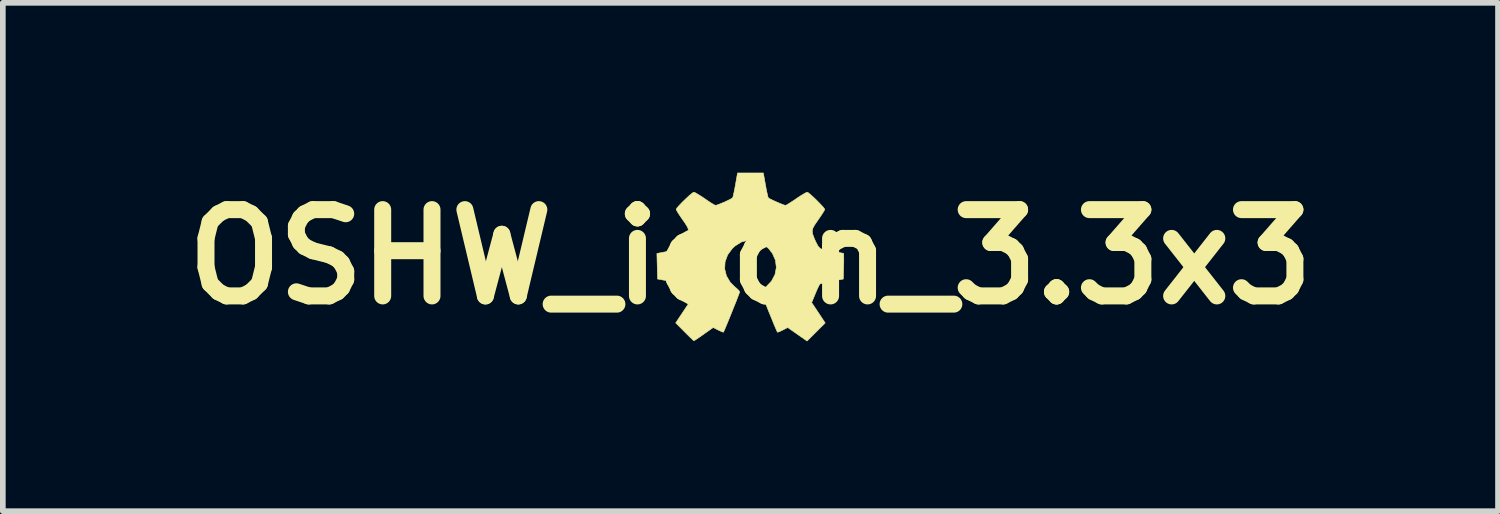
<source format=kicad_pcb>
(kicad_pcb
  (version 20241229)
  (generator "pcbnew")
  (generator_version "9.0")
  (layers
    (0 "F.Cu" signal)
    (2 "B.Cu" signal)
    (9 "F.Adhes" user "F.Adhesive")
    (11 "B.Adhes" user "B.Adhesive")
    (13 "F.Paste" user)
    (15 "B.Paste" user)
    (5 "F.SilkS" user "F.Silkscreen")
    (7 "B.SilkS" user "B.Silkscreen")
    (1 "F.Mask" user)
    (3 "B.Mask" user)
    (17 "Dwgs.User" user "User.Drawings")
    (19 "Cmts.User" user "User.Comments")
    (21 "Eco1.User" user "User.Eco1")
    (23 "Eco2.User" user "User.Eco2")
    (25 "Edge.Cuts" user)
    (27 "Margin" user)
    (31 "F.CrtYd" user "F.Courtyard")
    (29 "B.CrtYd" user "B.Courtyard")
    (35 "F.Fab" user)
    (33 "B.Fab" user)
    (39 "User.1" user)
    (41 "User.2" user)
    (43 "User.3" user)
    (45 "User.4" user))
  (footprint "OSHW_icon_3.3x3"
    (layer "F.Cu")
    (at 10.204 1.487)
    (property "Reference" "OSHW_icon_3.3x3" (at 0 0 0) (layer "F.SilkS") (effects (font (size 1.524 1.524) (thickness 0.3))))
    (attr through_hole)
    (fp_poly (pts (xy 0.265 -1.272) (xy 0.282 -1.181) (xy 0.298 -1.107) (xy 0.31 -1.057) (xy 0.315 -1.044) (xy 0.34 -1.027) (xy 0.391 -1.002) (xy 0.457 -0.972) (xy 0.525 -0.943) (xy 0.583 -0.92) (xy 0.619 -0.91) (xy 0.621 -0.91) (xy 0.645 -0.921) (xy 0.695 -0.952) (xy 0.763 -0.996) (xy 0.808 -1.027) (xy 0.883 -1.077) (xy 0.947 -1.116) (xy 0.99 -1.139) (xy 1.002 -1.143) (xy 1.027 -1.129) (xy 1.072 -1.091) (xy 1.129 -1.039) (xy 1.189 -0.98) (xy 1.245 -0.922) (xy 1.289 -0.874) (xy 1.311 -0.843) (xy 1.312 -0.838) (xy 1.301 -0.814) (xy 1.27 -0.764) (xy 1.225 -0.697) (xy 1.194 -0.652) (xy 1.137 -0.569) (xy 1.103 -0.509) (xy 1.091 -0.458) (xy 1.098 -0.404) (xy 1.124 -0.334) (xy 1.152 -0.269) (xy 1.193 -0.191) (xy 1.231 -0.149) (xy 1.254 -0.139) (xy 1.309 -0.128) (xy 1.383 -0.113) (xy 1.464 -0.097) (xy 1.541 -0.082) (xy 1.603 -0.07) (xy 1.639 -0.064) (xy 1.643 -0.064) (xy 1.647 -0.044) (xy 1.648 0.01) (xy 1.648 0.088) (xy 1.646 0.164) (xy 1.64 0.391) (xy 1.441 0.427) (xy 1.353 0.445) (xy 1.281 0.462) (xy 1.236 0.476) (xy 1.225 0.481) (xy 1.21 0.507) (xy 1.183 0.562) (xy 1.152 0.635) (xy 1.145 0.652) (xy 1.081 0.807) (xy 1.201 0.987) (xy 1.32 1.167) (xy 1 1.486) (xy 0.829 1.367) (xy 0.658 1.247) (xy 0.571 1.292) (xy 0.518 1.317) (xy 0.483 1.33) (xy 0.477 1.33) (xy 0.465 1.306) (xy 0.441 1.251) (xy 0.408 1.173) (xy 0.37 1.078) (xy 0.328 0.976) (xy 0.287 0.873) (xy 0.25 0.779) (xy 0.219 0.7) (xy 0.198 0.644) (xy 0.191 0.619) (xy 0.19 0.619) (xy 0.206 0.594) (xy 0.245 0.554) (xy 0.276 0.529) (xy 0.373 0.427) (xy 0.434 0.311) (xy 0.457 0.187) (xy 0.442 0.061) (xy 0.389 -0.061) (xy 0.319 -0.15) (xy 0.208 -0.239) (xy 0.088 -0.287) (xy -0.036 -0.296) (xy -0.158 -0.264) (xy -0.273 -0.192) (xy -0.319 -0.15) (xy -0.403 -0.036) (xy -0.448 0.087) (xy -0.455 0.213) (xy -0.424 0.336) (xy -0.356 0.45) (xy -0.276 0.529) (xy -0.227 0.571) (xy -0.196 0.605) (xy -0.191 0.618) (xy -0.198 0.642) (xy -0.219 0.697) (xy -0.249 0.776) (xy -0.287 0.87) (xy -0.328 0.972) (xy -0.369 1.075) (xy -0.408 1.169) (xy -0.441 1.249) (xy -0.465 1.305) (xy -0.477 1.329) (xy -0.477 1.33) (xy -0.497 1.325) (xy -0.542 1.305) (xy -0.57 1.292) (xy -0.658 1.247) (xy -0.824 1.364) (xy -0.896 1.415) (xy -0.954 1.454) (xy -0.991 1.478) (xy -0.999 1.482) (xy -1.016 1.468) (xy -1.056 1.43) (xy -1.113 1.374) (xy -1.163 1.324) (xy -1.32 1.166) (xy -1.2 0.986) (xy -1.081 0.807) (xy -1.145 0.652) (xy -1.177 0.577) (xy -1.205 0.517) (xy -1.223 0.484) (xy -1.225 0.481) (xy -1.252 0.47) (xy -1.311 0.455) (xy -1.391 0.437) (xy -1.441 0.427) (xy -1.64 0.391) (xy -1.646 0.165) (xy -1.652 -0.06) (xy -1.53 -0.084) (xy -1.45 -0.099) (xy -1.378 -0.113) (xy -1.344 -0.119) (xy -1.268 -0.136) (xy -1.22 -0.159) (xy -1.185 -0.202) (xy -1.152 -0.27) (xy -1.114 -0.358) (xy -1.094 -0.422) (xy -1.092 -0.473) (xy -1.112 -0.526) (xy -1.152 -0.592) (xy -1.194 -0.652) (xy -1.245 -0.726) (xy -1.285 -0.788) (xy -1.308 -0.828) (xy -1.312 -0.839) (xy -1.298 -0.864) (xy -1.259 -0.908) (xy -1.206 -0.964) (xy -1.145 -1.023) (xy -1.086 -1.078) (xy -1.036 -1.12) (xy -1.004 -1.142) (xy -0.999 -1.143) (xy -0.971 -1.131) (xy -0.918 -1.1) (xy -0.848 -1.056) (xy -0.806 -1.027) (xy -0.732 -0.976) (xy -0.67 -0.937) (xy -0.629 -0.914) (xy -0.618 -0.91) (xy -0.585 -0.918) (xy -0.528 -0.94) (xy -0.46 -0.968) (xy -0.394 -0.999) (xy -0.341 -1.026) (xy -0.315 -1.043) (xy -0.315 -1.043) (xy -0.306 -1.071) (xy -0.292 -1.131) (xy -0.276 -1.212) (xy -0.265 -1.272) (xy -0.228 -1.482) (xy 0.228 -1.482) (xy 0.265 -1.272)) (stroke (width 0.01) (type solid)) (fill yes) (layer "F.SilkS")))
  (gr_rect
    (start -3 -3)
    (end 23.407 5.978)
    (stroke (width 0.1) (type default))
    (fill no)
    (layer "Edge.Cuts")))
</source>
